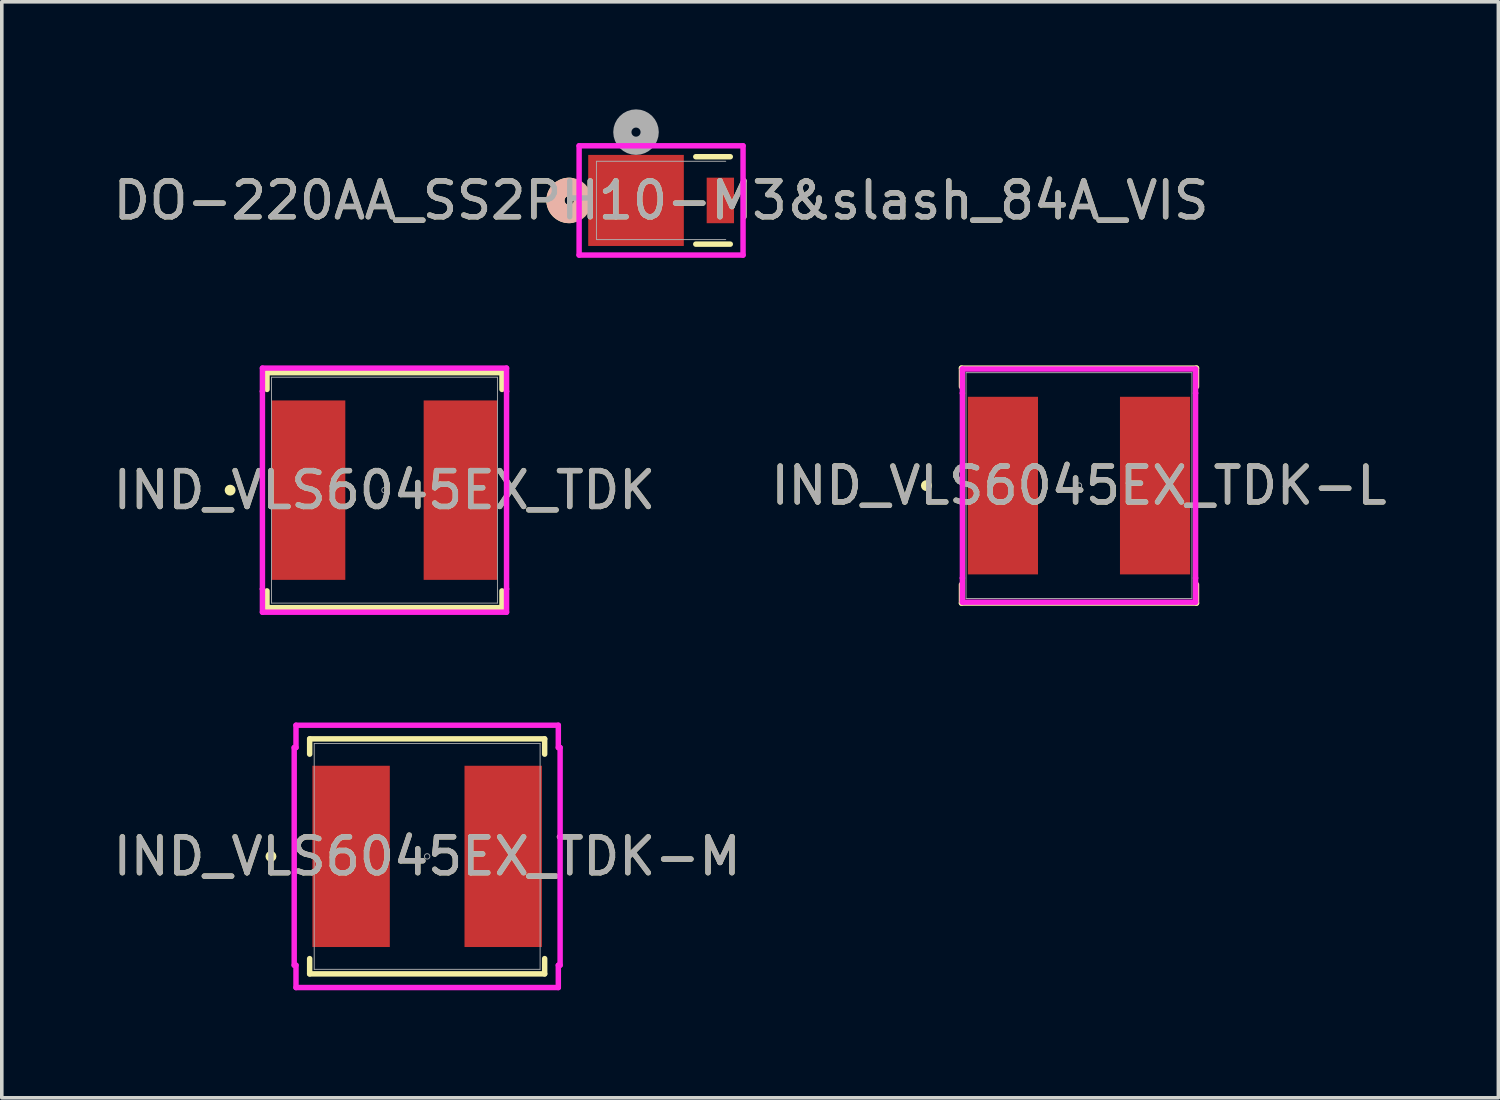
<source format=kicad_pcb>
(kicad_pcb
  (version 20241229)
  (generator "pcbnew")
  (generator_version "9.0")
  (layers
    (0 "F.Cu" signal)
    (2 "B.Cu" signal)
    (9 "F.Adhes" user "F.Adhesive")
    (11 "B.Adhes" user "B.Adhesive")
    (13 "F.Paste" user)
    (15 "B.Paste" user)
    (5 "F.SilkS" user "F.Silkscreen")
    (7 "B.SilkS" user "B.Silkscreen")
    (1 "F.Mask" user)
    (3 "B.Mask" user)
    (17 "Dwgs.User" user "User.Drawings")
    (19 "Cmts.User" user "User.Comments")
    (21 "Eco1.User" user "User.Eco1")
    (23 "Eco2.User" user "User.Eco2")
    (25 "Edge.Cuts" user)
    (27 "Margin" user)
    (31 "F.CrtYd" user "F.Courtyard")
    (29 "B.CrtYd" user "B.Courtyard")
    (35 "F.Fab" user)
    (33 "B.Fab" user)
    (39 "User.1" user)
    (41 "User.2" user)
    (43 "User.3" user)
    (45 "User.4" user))
  (footprint "IND_VLS6045EX_TDK-L"
    (layer "F.Cu")
    (at 27.042 10.493)
    (property "Reference" "IND_VLS6045EX_TDK-L" (at 0 0 0) (unlocked yes) (layer "F.SilkS") (effects (font (size 1 1) (thickness 0.15))))
    (attr smd)
    (fp_line (start -3.277 -3.277) (end -3.277 -2.758) (stroke (width 0.152) (type solid)) (layer "F.SilkS"))
    (fp_line (start -3.277 2.758) (end -3.277 3.277) (stroke (width 0.152) (type solid)) (layer "F.SilkS"))
    (fp_line (start -3.277 3.277) (end 3.277 3.277) (stroke (width 0.152) (type solid)) (layer "F.SilkS"))
    (fp_line (start 3.277 -3.277) (end -3.277 -3.277) (stroke (width 0.152) (type solid)) (layer "F.SilkS"))
    (fp_line (start 3.277 -2.758) (end 3.277 -3.277) (stroke (width 0.152) (type solid)) (layer "F.SilkS"))
    (fp_line (start 3.277 3.277) (end 3.277 2.758) (stroke (width 0.152) (type solid)) (layer "F.SilkS"))
    (fp_circle (center -4.255 0) (end -4.178 0) (stroke (width 0.152) (type solid)) (fill no) (layer "F.SilkS"))
    (fp_line (start -3.251 -3.251) (end 3.251 -3.251) (stroke (width 0.152) (type solid)) (layer "F.CrtYd"))
    (fp_line (start -3.251 -2.578) (end -3.251 -3.251) (stroke (width 0.152) (type solid)) (layer "F.CrtYd"))
    (fp_line (start -3.251 -2.578) (end -3.251 -2.578) (stroke (width 0.152) (type solid)) (layer "F.CrtYd"))
    (fp_line (start -3.251 2.578) (end -3.251 -2.578) (stroke (width 0.152) (type solid)) (layer "F.CrtYd"))
    (fp_line (start -3.251 2.578) (end -3.251 2.578) (stroke (width 0.152) (type solid)) (layer "F.CrtYd"))
    (fp_line (start -3.251 3.251) (end -3.251 2.578) (stroke (width 0.152) (type solid)) (layer "F.CrtYd"))
    (fp_line (start 3.251 -3.251) (end 3.251 -2.578) (stroke (width 0.152) (type solid)) (layer "F.CrtYd"))
    (fp_line (start 3.251 -2.578) (end 3.251 -2.578) (stroke (width 0.152) (type solid)) (layer "F.CrtYd"))
    (fp_line (start 3.251 -2.578) (end 3.251 2.578) (stroke (width 0.152) (type solid)) (layer "F.CrtYd"))
    (fp_line (start 3.251 2.578) (end 3.251 2.578) (stroke (width 0.152) (type solid)) (layer "F.CrtYd"))
    (fp_line (start 3.251 2.578) (end 3.251 3.251) (stroke (width 0.152) (type solid)) (layer "F.CrtYd"))
    (fp_line (start 3.251 3.251) (end -3.251 3.251) (stroke (width 0.152) (type solid)) (layer "F.CrtYd"))
    (fp_line (start -3.15 -3.15) (end -3.15 3.15) (stroke (width 0.025) (type solid)) (layer "F.Fab"))
    (fp_line (start -3.15 3.15) (end 3.15 3.15) (stroke (width 0.025) (type solid)) (layer "F.Fab"))
    (fp_line (start 3.15 -3.15) (end -3.15 -3.15) (stroke (width 0.025) (type solid)) (layer "F.Fab"))
    (fp_line (start 3.15 3.15) (end 3.15 -3.15) (stroke (width 0.025) (type solid)) (layer "F.Fab"))
    (fp_circle (center 0 0) (end 0.076 0) (stroke (width 0.025) (type solid)) (fill no) (layer "F.Fab"))
    (fp_text user "${REFERENCE}" (at 0 0 0) (unlocked yes) (layer "F.Fab") (effects (font (size 1 1) (thickness 0.15))))
    (pad "1" smd rect (at -2.121 0) (size 1.956 4.953) (layers "F.Cu" "F.Mask" "F.Paste"))
    (pad "2" smd rect (at 2.121 0) (size 1.956 4.953) (layers "F.Cu" "F.Mask" "F.Paste")))
  (footprint "IND_VLS6045EX_TDK-M"
    (layer "F.Cu")
    (at 8.863 20.834)
    (property "Reference" "IND_VLS6045EX_TDK-M" (at 0 0 0) (unlocked yes) (layer "F.SilkS") (effects (font (size 1 1) (thickness 0.15))))
    (attr smd)
    (fp_line (start -3.277 -3.277) (end -3.277 -2.851) (stroke (width 0.152) (type solid)) (layer "F.SilkS"))
    (fp_line (start -3.277 2.851) (end -3.277 3.277) (stroke (width 0.152) (type solid)) (layer "F.SilkS"))
    (fp_line (start -3.277 3.277) (end 3.277 3.277) (stroke (width 0.152) (type solid)) (layer "F.SilkS"))
    (fp_line (start 3.277 -3.277) (end -3.277 -3.277) (stroke (width 0.152) (type solid)) (layer "F.SilkS"))
    (fp_line (start 3.277 -2.851) (end 3.277 -3.277) (stroke (width 0.152) (type solid)) (layer "F.SilkS"))
    (fp_line (start 3.277 3.277) (end 3.277 2.851) (stroke (width 0.152) (type solid)) (layer "F.SilkS"))
    (fp_circle (center -4.356 0) (end -4.28 0) (stroke (width 0.152) (type solid)) (fill no) (layer "F.SilkS"))
    (fp_line (start -3.708 -3.035) (end -3.658 -3.035) (stroke (width 0.152) (type solid)) (layer "F.CrtYd"))
    (fp_line (start -3.708 3.035) (end -3.708 -3.035) (stroke (width 0.152) (type solid)) (layer "F.CrtYd"))
    (fp_line (start -3.708 3.035) (end -3.658 3.035) (stroke (width 0.152) (type solid)) (layer "F.CrtYd"))
    (fp_line (start -3.658 -3.658) (end 3.658 -3.658) (stroke (width 0.152) (type solid)) (layer "F.CrtYd"))
    (fp_line (start -3.658 -3.035) (end -3.658 -3.658) (stroke (width 0.152) (type solid)) (layer "F.CrtYd"))
    (fp_line (start -3.658 3.658) (end -3.658 3.035) (stroke (width 0.152) (type solid)) (layer "F.CrtYd"))
    (fp_line (start 3.658 -3.658) (end 3.658 -3.035) (stroke (width 0.152) (type solid)) (layer "F.CrtYd"))
    (fp_line (start 3.658 3.035) (end 3.658 3.658) (stroke (width 0.152) (type solid)) (layer "F.CrtYd"))
    (fp_line (start 3.658 3.658) (end -3.658 3.658) (stroke (width 0.152) (type solid)) (layer "F.CrtYd"))
    (fp_line (start 3.708 -3.035) (end 3.658 -3.035) (stroke (width 0.152) (type solid)) (layer "F.CrtYd"))
    (fp_line (start 3.708 -3.035) (end 3.708 3.035) (stroke (width 0.152) (type solid)) (layer "F.CrtYd"))
    (fp_line (start 3.708 3.035) (end 3.658 3.035) (stroke (width 0.152) (type solid)) (layer "F.CrtYd"))
    (fp_line (start -3.15 -3.15) (end -3.15 3.15) (stroke (width 0.025) (type solid)) (layer "F.Fab"))
    (fp_line (start -3.15 3.15) (end 3.15 3.15) (stroke (width 0.025) (type solid)) (layer "F.Fab"))
    (fp_line (start 3.15 -3.15) (end -3.15 -3.15) (stroke (width 0.025) (type solid)) (layer "F.Fab"))
    (fp_line (start 3.15 3.15) (end 3.15 -3.15) (stroke (width 0.025) (type solid)) (layer "F.Fab"))
    (fp_circle (center 0 0) (end 0.076 0) (stroke (width 0.025) (type solid)) (fill no) (layer "F.Fab"))
    (fp_text user "${REFERENCE}" (at 0 0 0) (unlocked yes) (layer "F.Fab") (effects (font (size 1 1) (thickness 0.15))))
    (pad "1" smd rect (at -2.121 0) (size 2.159 5.055) (layers "F.Cu" "F.Mask" "F.Paste"))
    (pad "2" smd rect (at 2.121 0) (size 2.159 5.055) (layers "F.Cu" "F.Mask" "F.Paste")))
  (footprint "DO-220AA_SS2PH10-M3&slash_84A_VIS"
    (layer "F.Cu")
    (at 15.387 2.54)
    (property "Reference" "DO-220AA_SS2PH10-M3&slash_84A_VIS" (at 0 0 0) (unlocked yes) (layer "F.SilkS") (effects (font (size 1 1) (thickness 0.15))))
    (attr smd)
    (fp_line (start 0.968 1.219) (end 1.93 1.219) (stroke (width 0.152) (type solid)) (layer "F.SilkS"))
    (fp_line (start 1.93 -1.219) (end 0.968 -1.219) (stroke (width 0.152) (type solid)) (layer "F.SilkS"))
    (fp_arc (start -2.54254 0.380314) (mid -2.9464 0) (end -2.54254 -0.380314) (stroke (width 0.508) (type solid)) (layer "F.SilkS"))
    (fp_circle (center -2.565 0) (end -2.184 0) (stroke (width 0.508) (type solid)) (fill no) (layer "B.SilkS"))
    (fp_line (start -2.286 -1.524) (end -2.286 1.524) (stroke (width 0.152) (type solid)) (layer "F.CrtYd"))
    (fp_line (start -2.286 1.524) (end 2.286 1.524) (stroke (width 0.152) (type solid)) (layer "F.CrtYd"))
    (fp_line (start 2.286 -1.524) (end -2.286 -1.524) (stroke (width 0.152) (type solid)) (layer "F.CrtYd"))
    (fp_line (start 2.286 1.524) (end 2.286 -1.524) (stroke (width 0.152) (type solid)) (layer "F.CrtYd"))
    (fp_line (start -1.803 -1.092) (end -1.803 1.092) (stroke (width 0.025) (type solid)) (layer "F.Fab"))
    (fp_line (start -1.803 1.092) (end 1.803 1.092) (stroke (width 0.025) (type solid)) (layer "F.Fab"))
    (fp_line (start 1.803 -1.092) (end -1.803 -1.092) (stroke (width 0.025) (type solid)) (layer "F.Fab"))
    (fp_circle (center -0.699 -1.905) (end -0.318 -1.905) (stroke (width 0.508) (type solid)) (fill no) (layer "F.Fab"))
    (fp_text user "${REFERENCE}" (at 0 0 0) (unlocked yes) (layer "F.Fab") (effects (font (size 1 1) (thickness 0.15))))
    (pad "1" smd rect (at -0.699 0) (size 2.667 2.54) (layers "F.Cu" "F.Mask" "F.Paste"))
    (pad "2" smd rect (at 1.653 0) (size 0.762 1.27) (layers "F.Cu" "F.Mask" "F.Paste")))
  (footprint "IND_VLS6045EX_TDK"
    (layer "F.Cu")
    (at 7.673 10.62)
    (property "Reference" "IND_VLS6045EX_TDK" (at 0 0 0) (unlocked yes) (layer "F.SilkS") (effects (font (size 1 1) (thickness 0.15))))
    (attr smd)
    (fp_line (start -3.277 -3.277) (end -3.277 -2.809) (stroke (width 0.152) (type solid)) (layer "F.SilkS"))
    (fp_line (start -3.277 2.809) (end -3.277 3.277) (stroke (width 0.152) (type solid)) (layer "F.SilkS"))
    (fp_line (start -3.277 3.277) (end 3.277 3.277) (stroke (width 0.152) (type solid)) (layer "F.SilkS"))
    (fp_line (start 3.277 -3.277) (end -3.277 -3.277) (stroke (width 0.152) (type solid)) (layer "F.SilkS"))
    (fp_line (start 3.277 -2.809) (end 3.277 -3.277) (stroke (width 0.152) (type solid)) (layer "F.SilkS"))
    (fp_line (start 3.277 3.277) (end 3.277 2.809) (stroke (width 0.152) (type solid)) (layer "F.SilkS"))
    (fp_circle (center -4.305 0) (end -4.229 0) (stroke (width 0.152) (type solid)) (fill no) (layer "F.SilkS"))
    (fp_line (start -3.404 -3.404) (end 3.404 -3.404) (stroke (width 0.152) (type solid)) (layer "F.CrtYd"))
    (fp_line (start -3.404 -2.756) (end -3.404 -3.404) (stroke (width 0.152) (type solid)) (layer "F.CrtYd"))
    (fp_line (start -3.404 -2.756) (end -3.404 -2.756) (stroke (width 0.152) (type solid)) (layer "F.CrtYd"))
    (fp_line (start -3.404 2.756) (end -3.404 -2.756) (stroke (width 0.152) (type solid)) (layer "F.CrtYd"))
    (fp_line (start -3.404 2.756) (end -3.404 2.756) (stroke (width 0.152) (type solid)) (layer "F.CrtYd"))
    (fp_line (start -3.404 3.404) (end -3.404 2.756) (stroke (width 0.152) (type solid)) (layer "F.CrtYd"))
    (fp_line (start 3.404 -3.404) (end 3.404 -2.756) (stroke (width 0.152) (type solid)) (layer "F.CrtYd"))
    (fp_line (start 3.404 -2.756) (end 3.404 -2.756) (stroke (width 0.152) (type solid)) (layer "F.CrtYd"))
    (fp_line (start 3.404 -2.756) (end 3.404 2.756) (stroke (width 0.152) (type solid)) (layer "F.CrtYd"))
    (fp_line (start 3.404 2.756) (end 3.404 2.756) (stroke (width 0.152) (type solid)) (layer "F.CrtYd"))
    (fp_line (start 3.404 2.756) (end 3.404 3.404) (stroke (width 0.152) (type solid)) (layer "F.CrtYd"))
    (fp_line (start 3.404 3.404) (end -3.404 3.404) (stroke (width 0.152) (type solid)) (layer "F.CrtYd"))
    (fp_line (start -3.15 -3.15) (end -3.15 3.15) (stroke (width 0.025) (type solid)) (layer "F.Fab"))
    (fp_line (start -3.15 3.15) (end 3.15 3.15) (stroke (width 0.025) (type solid)) (layer "F.Fab"))
    (fp_line (start 3.15 -3.15) (end -3.15 -3.15) (stroke (width 0.025) (type solid)) (layer "F.Fab"))
    (fp_line (start 3.15 3.15) (end 3.15 -3.15) (stroke (width 0.025) (type solid)) (layer "F.Fab"))
    (fp_circle (center 0 0) (end 0.076 0) (stroke (width 0.025) (type solid)) (fill no) (layer "F.Fab"))
    (fp_text user "${REFERENCE}" (at 0 0 0) (unlocked yes) (layer "F.Fab") (effects (font (size 1 1) (thickness 0.15))))
    (pad "1" smd rect (at -2.121 0) (size 2.057 5.004) (layers "F.Cu" "F.Mask" "F.Paste"))
    (pad "2" smd rect (at 2.121 0) (size 2.057 5.004) (layers "F.Cu" "F.Mask" "F.Paste")))
  (gr_rect
    (start -3 -3)
    (end 38.738 27.567)
    (stroke (width 0.1) (type default))
    (fill no)
    (layer "Edge.Cuts")))
</source>
